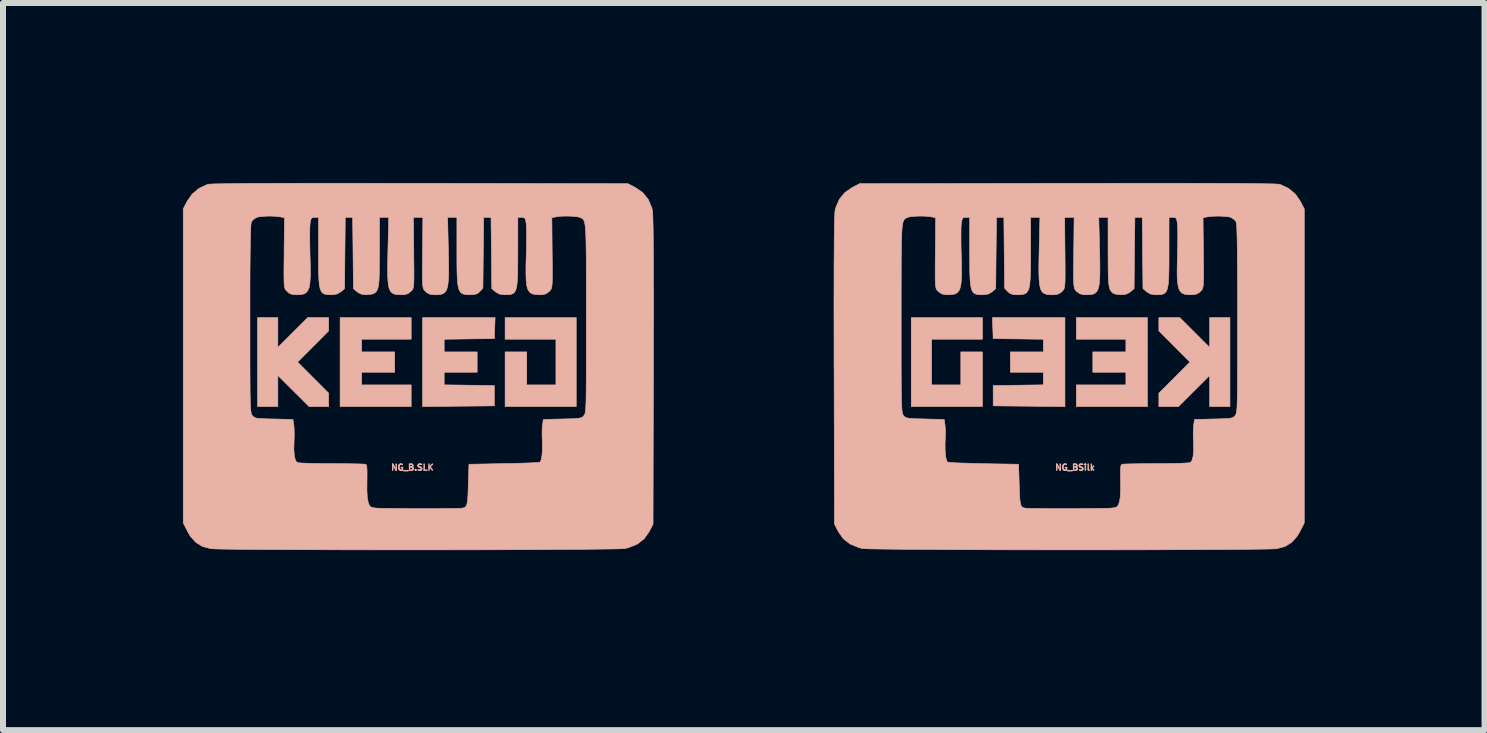
<source format=kicad_pcb>
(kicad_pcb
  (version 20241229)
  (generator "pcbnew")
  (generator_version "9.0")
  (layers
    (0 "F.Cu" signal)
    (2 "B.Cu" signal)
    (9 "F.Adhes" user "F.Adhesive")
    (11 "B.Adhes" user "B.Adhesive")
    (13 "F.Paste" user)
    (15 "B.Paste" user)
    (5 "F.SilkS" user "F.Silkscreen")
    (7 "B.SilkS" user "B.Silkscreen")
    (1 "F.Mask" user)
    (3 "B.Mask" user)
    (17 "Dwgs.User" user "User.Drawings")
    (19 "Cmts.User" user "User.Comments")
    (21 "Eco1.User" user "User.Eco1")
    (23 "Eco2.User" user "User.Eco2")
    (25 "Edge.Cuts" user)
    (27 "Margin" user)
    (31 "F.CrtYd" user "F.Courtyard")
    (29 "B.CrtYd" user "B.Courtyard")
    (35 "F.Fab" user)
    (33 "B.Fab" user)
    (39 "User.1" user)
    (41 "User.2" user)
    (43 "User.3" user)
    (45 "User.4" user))
  (footprint "NG_B.SLK"
    (layer "F.Cu")
    (at 3.826 2.838)
    (property "Reference" "NG_B.SLK" (at 0 1.905 0) (layer "B.SilkS") (effects (font (size 0.1 0.1) (thickness 0.025))))
    (attr board_only exclude_from_pos_files exclude_from_bom)
    (fp_poly (pts (xy 2.731 0.889) (xy 1.545 0.889) (xy 1.545 -0.021) (xy 1.905 -0.021) (xy 1.905 0.529) (xy 2.392 0.529) (xy 2.392 -0.233) (xy 1.545 -0.233) (xy 1.545 -0.593) (xy 2.731 -0.593) (xy 2.731 0.889)) (stroke (width 0.01) (type solid)) (fill yes) (layer "B.SilkS"))
    (fp_poly (pts (xy -0.021 -0.233) (xy -0.847 -0.233) (xy -0.847 -0.021) (xy -0.296 -0.021) (xy -0.296 0.318) (xy -0.847 0.318) (xy -0.847 0.529) (xy -0.021 0.529) (xy -0.021 0.889) (xy -1.206 0.889) (xy -1.206 -0.593) (xy -0.021 -0.593) (xy -0.021 -0.233)) (stroke (width 0.01) (type solid)) (fill yes) (layer "B.SilkS"))
    (fp_poly (pts (xy -2.244 -0.096) (xy -1.746 -0.593) (xy -1.397 -0.593) (xy -1.397 -0.371) (xy -1.656 -0.111) (xy -1.915 0.148) (xy -1.397 0.667) (xy -1.397 0.889) (xy -1.724 0.889) (xy -2.244 0.371) (xy -2.244 0.889) (xy -2.582 0.889) (xy -2.582 -0.593) (xy -2.244 -0.593) (xy -2.244 -0.096)) (stroke (width 0.01) (type solid)) (fill yes) (layer "B.SilkS"))
    (fp_poly (pts (xy 1.365 -0.243) (xy 0.947 -0.238) (xy 0.529 -0.232) (xy 0.529 -0.021) (xy 1.079 -0.021) (xy 1.079 0.318) (xy 0.529 0.318) (xy 0.529 0.528) (xy 0.947 0.534) (xy 1.365 0.54) (xy 1.365 0.878) (xy 0.169 0.89) (xy 0.169 -0.593) (xy 1.378 -0.593) (xy 1.365 -0.243)) (stroke (width 0.01) (type solid)) (fill yes) (layer "B.SilkS"))
    (fp_poly (pts (xy -0.889 -2.833) (xy -0.417 -2.832) (xy 0.097 -2.832) (xy 0.133 -2.832) (xy 3.591 -2.826) (xy 3.716 -2.762) (xy 3.839 -2.677) (xy 3.931 -2.563) (xy 3.99 -2.424) (xy 4 -2.384) (xy 4.004 -2.35) (xy 4.007 -2.287) (xy 4.01 -2.193) (xy 4.013 -2.069) (xy 4.015 -1.912) (xy 4.016 -1.721) (xy 4.018 -1.495) (xy 4.018 -1.232) (xy 4.019 -0.933) (xy 4.019 -0.595) (xy 4.018 -0.217) (xy 4.018 0.201) (xy 4.017 0.29) (xy 4.011 2.85) (xy 3.947 2.975) (xy 3.864 3.093) (xy 3.75 3.182) (xy 3.605 3.241) (xy 3.543 3.257) (xy 3.508 3.259) (xy 3.434 3.262) (xy 3.323 3.264) (xy 3.178 3.266) (xy 3.002 3.268) (xy 2.798 3.27) (xy 2.568 3.272) (xy 2.315 3.273) (xy 2.043 3.275) (xy 1.753 3.276) (xy 1.448 3.277) (xy 1.132 3.278) (xy 0.808 3.278) (xy 0.477 3.279) (xy 0.143 3.279) (xy -0.192 3.279) (xy -0.524 3.279) (xy -0.851 3.278) (xy -1.17 3.278) (xy -1.478 3.277) (xy -1.773 3.276) (xy -2.052 3.275) (xy -2.311 3.274) (xy -2.548 3.273) (xy -2.761 3.271) (xy -2.947 3.269) (xy -3.102 3.267) (xy -3.224 3.265) (xy -3.31 3.262) (xy -3.357 3.26) (xy -3.362 3.259) (xy -3.499 3.223) (xy -3.611 3.154) (xy -3.702 3.052) (xy -3.747 2.975) (xy -3.821 2.83) (xy -3.821 -0.573) (xy -2.709 -0.573) (xy -2.709 -0.278) (xy -2.709 -0.023) (xy -2.709 0.196) (xy -2.708 0.382) (xy -2.707 0.536) (xy -2.706 0.663) (xy -2.704 0.766) (xy -2.702 0.846) (xy -2.699 0.908) (xy -2.695 0.954) (xy -2.69 0.987) (xy -2.685 1.01) (xy -2.679 1.025) (xy -2.672 1.037) (xy -2.669 1.04) (xy -2.651 1.059) (xy -2.63 1.073) (xy -2.598 1.083) (xy -2.548 1.089) (xy -2.472 1.093) (xy -2.365 1.096) (xy -2.31 1.097) (xy -1.992 1.105) (xy -1.977 1.201) (xy -1.972 1.269) (xy -1.97 1.361) (xy -1.973 1.459) (xy -1.974 1.474) (xy -1.977 1.611) (xy -1.968 1.718) (xy -1.948 1.791) (xy -1.922 1.823) (xy -1.894 1.828) (xy -1.83 1.832) (xy -1.735 1.836) (xy -1.616 1.839) (xy -1.478 1.841) (xy -1.351 1.841) (xy -1.203 1.842) (xy -1.067 1.843) (xy -0.951 1.845) (xy -0.861 1.847) (xy -0.801 1.85) (xy -0.78 1.852) (xy -0.768 1.866) (xy -0.76 1.902) (xy -0.757 1.964) (xy -0.757 2.06) (xy -0.758 2.133) (xy -0.759 2.287) (xy -0.753 2.402) (xy -0.739 2.48) (xy -0.737 2.487) (xy -0.718 2.538) (xy -0.694 2.564) (xy -0.651 2.577) (xy -0.603 2.583) (xy -0.561 2.585) (xy -0.483 2.587) (xy -0.376 2.588) (xy -0.247 2.589) (xy -0.102 2.59) (xy 0.051 2.591) (xy 0.208 2.591) (xy 0.36 2.591) (xy 0.501 2.59) (xy 0.624 2.589) (xy 0.723 2.588) (xy 0.791 2.586) (xy 0.815 2.585) (xy 0.852 2.58) (xy 0.88 2.568) (xy 0.899 2.544) (xy 0.912 2.5) (xy 0.921 2.432) (xy 0.927 2.334) (xy 0.931 2.199) (xy 0.931 2.197) (xy 0.942 1.852) (xy 1.528 1.841) (xy 1.681 1.838) (xy 1.821 1.834) (xy 1.94 1.83) (xy 2.035 1.825) (xy 2.1 1.821) (xy 2.128 1.816) (xy 2.128 1.816) (xy 2.147 1.776) (xy 2.16 1.704) (xy 2.167 1.61) (xy 2.167 1.504) (xy 2.165 1.46) (xy 2.161 1.365) (xy 2.162 1.272) (xy 2.168 1.201) (xy 2.168 1.201) (xy 2.182 1.105) (xy 2.501 1.097) (xy 2.623 1.094) (xy 2.711 1.091) (xy 2.77 1.085) (xy 2.809 1.077) (xy 2.834 1.066) (xy 2.852 1.049) (xy 2.859 1.04) (xy 2.867 1.029) (xy 2.874 1.016) (xy 2.879 0.996) (xy 2.884 0.967) (xy 2.888 0.926) (xy 2.891 0.87) (xy 2.894 0.797) (xy 2.896 0.702) (xy 2.897 0.585) (xy 2.898 0.44) (xy 2.899 0.266) (xy 2.899 0.06) (xy 2.899 -0.181) (xy 2.899 -0.461) (xy 2.899 -0.59) (xy 2.899 -0.89) (xy 2.899 -1.15) (xy 2.898 -1.374) (xy 2.898 -1.564) (xy 2.896 -1.724) (xy 2.894 -1.855) (xy 2.891 -1.962) (xy 2.887 -2.046) (xy 2.881 -2.111) (xy 2.874 -2.159) (xy 2.866 -2.194) (xy 2.855 -2.218) (xy 2.843 -2.235) (xy 2.829 -2.246) (xy 2.812 -2.255) (xy 2.801 -2.261) (xy 2.754 -2.274) (xy 2.678 -2.282) (xy 2.587 -2.286) (xy 2.494 -2.284) (xy 2.413 -2.276) (xy 2.392 -2.272) (xy 2.324 -2.259) (xy 2.329 -1.727) (xy 2.331 -1.546) (xy 2.332 -1.402) (xy 2.332 -1.291) (xy 2.331 -1.207) (xy 2.328 -1.147) (xy 2.323 -1.105) (xy 2.316 -1.077) (xy 2.306 -1.058) (xy 2.293 -1.042) (xy 2.276 -1.026) (xy 2.227 -0.99) (xy 2.166 -0.975) (xy 2.127 -0.974) (xy 2.056 -0.977) (xy 2 -0.988) (xy 1.958 -1.013) (xy 1.927 -1.056) (xy 1.907 -1.12) (xy 1.896 -1.211) (xy 1.892 -1.332) (xy 1.893 -1.488) (xy 1.897 -1.615) (xy 1.901 -1.756) (xy 1.902 -1.888) (xy 1.902 -2.005) (xy 1.901 -2.097) (xy 1.897 -2.157) (xy 1.896 -2.165) (xy 1.885 -2.225) (xy 1.869 -2.255) (xy 1.841 -2.264) (xy 1.819 -2.265) (xy 1.757 -2.265) (xy 1.757 -1.692) (xy 1.756 -1.499) (xy 1.755 -1.344) (xy 1.75 -1.223) (xy 1.741 -1.132) (xy 1.727 -1.066) (xy 1.706 -1.021) (xy 1.677 -0.994) (xy 1.638 -0.98) (xy 1.589 -0.975) (xy 1.534 -0.974) (xy 1.45 -0.985) (xy 1.384 -1.023) (xy 1.382 -1.025) (xy 1.323 -1.076) (xy 1.317 -1.67) (xy 1.31 -2.265) (xy 1.187 -2.265) (xy 1.181 -1.674) (xy 1.175 -1.083) (xy 1.123 -1.028) (xy 1.083 -0.994) (xy 1.034 -0.978) (xy 0.965 -0.974) (xy 0.904 -0.976) (xy 0.856 -0.983) (xy 0.818 -1) (xy 0.79 -1.031) (xy 0.769 -1.08) (xy 0.756 -1.152) (xy 0.747 -1.25) (xy 0.743 -1.378) (xy 0.741 -1.542) (xy 0.741 -1.692) (xy 0.741 -2.265) (xy 0.586 -2.265) (xy 0.599 -1.711) (xy 0.603 -1.515) (xy 0.604 -1.357) (xy 0.6 -1.233) (xy 0.591 -1.139) (xy 0.575 -1.071) (xy 0.551 -1.025) (xy 0.517 -0.996) (xy 0.473 -0.98) (xy 0.417 -0.974) (xy 0.371 -0.974) (xy 0.296 -0.981) (xy 0.244 -1.006) (xy 0.221 -1.026) (xy 0.205 -1.042) (xy 0.192 -1.058) (xy 0.182 -1.078) (xy 0.175 -1.107) (xy 0.17 -1.15) (xy 0.167 -1.211) (xy 0.166 -1.295) (xy 0.166 -1.408) (xy 0.167 -1.553) (xy 0.169 -1.735) (xy 0.169 -1.741) (xy 0.174 -2.265) (xy 0.016 -2.265) (xy 0.022 -1.73) (xy 0.023 -1.548) (xy 0.025 -1.404) (xy 0.025 -1.292) (xy 0.024 -1.209) (xy 0.021 -1.148) (xy 0.016 -1.106) (xy 0.009 -1.077) (xy -0.001 -1.058) (xy -0.014 -1.042) (xy -0.03 -1.026) (xy -0.031 -1.026) (xy -0.08 -0.99) (xy -0.141 -0.975) (xy -0.18 -0.974) (xy -0.246 -0.976) (xy -0.298 -0.984) (xy -0.339 -1.004) (xy -0.37 -1.038) (xy -0.391 -1.091) (xy -0.405 -1.168) (xy -0.412 -1.271) (xy -0.414 -1.406) (xy -0.412 -1.576) (xy -0.409 -1.712) (xy -0.395 -2.265) (xy -0.55 -2.265) (xy -0.55 -1.692) (xy -0.551 -1.511) (xy -0.552 -1.368) (xy -0.555 -1.257) (xy -0.56 -1.173) (xy -0.569 -1.112) (xy -0.58 -1.069) (xy -0.596 -1.038) (xy -0.616 -1.015) (xy -0.633 -1.001) (xy -0.674 -0.985) (xy -0.737 -0.976) (xy -0.766 -0.974) (xy -0.846 -0.982) (xy -0.906 -1.01) (xy -0.925 -1.025) (xy -0.984 -1.076) (xy -0.99 -1.67) (xy -0.997 -2.265) (xy -1.12 -2.265) (xy -1.126 -1.67) (xy -1.132 -1.076) (xy -1.192 -1.025) (xy -1.258 -0.986) (xy -1.34 -0.974) (xy -1.344 -0.974) (xy -1.403 -0.975) (xy -1.451 -0.981) (xy -1.489 -0.996) (xy -1.517 -1.025) (xy -1.538 -1.071) (xy -1.552 -1.139) (xy -1.56 -1.233) (xy -1.564 -1.357) (xy -1.566 -1.515) (xy -1.566 -1.692) (xy -1.566 -2.265) (xy -1.629 -2.265) (xy -1.667 -2.261) (xy -1.688 -2.244) (xy -1.7 -2.2) (xy -1.706 -2.164) (xy -1.71 -2.113) (xy -1.712 -2.027) (xy -1.712 -1.915) (xy -1.711 -1.785) (xy -1.708 -1.646) (xy -1.707 -1.614) (xy -1.702 -1.432) (xy -1.702 -1.288) (xy -1.709 -1.177) (xy -1.723 -1.096) (xy -1.746 -1.04) (xy -1.78 -1.003) (xy -1.826 -0.983) (xy -1.886 -0.975) (xy -1.936 -0.974) (xy -2.011 -0.981) (xy -2.063 -1.006) (xy -2.086 -1.026) (xy -2.103 -1.043) (xy -2.116 -1.059) (xy -2.126 -1.079) (xy -2.134 -1.109) (xy -2.138 -1.153) (xy -2.141 -1.215) (xy -2.142 -1.3) (xy -2.142 -1.415) (xy -2.14 -1.562) (xy -2.139 -1.727) (xy -2.133 -2.259) (xy -2.201 -2.272) (xy -2.283 -2.282) (xy -2.382 -2.286) (xy -2.48 -2.282) (xy -2.562 -2.273) (xy -2.597 -2.264) (xy -2.651 -2.231) (xy -2.685 -2.189) (xy -2.69 -2.164) (xy -2.695 -2.11) (xy -2.698 -2.027) (xy -2.702 -1.913) (xy -2.704 -1.766) (xy -2.706 -1.584) (xy -2.708 -1.367) (xy -2.709 -1.111) (xy -2.709 -0.815) (xy -2.709 -0.573) (xy -3.821 -0.573) (xy -3.821 -2.405) (xy -3.757 -2.531) (xy -3.672 -2.652) (xy -3.558 -2.748) (xy -3.425 -2.81) (xy -3.407 -2.815) (xy -3.375 -2.819) (xy -3.305 -2.822) (xy -3.196 -2.824) (xy -3.048 -2.826) (xy -2.86 -2.828) (xy -2.633 -2.83) (xy -2.366 -2.831) (xy -2.058 -2.832) (xy -1.71 -2.833) (xy -1.32 -2.833) (xy -0.889 -2.833)) (stroke (width 0.01) (type solid)) (fill yes) (layer "B.SilkS")))
  (footprint "NG_BSilk"
    (layer "F.Cu")
    (at 14.873 2.203)
    (property "Reference" "NG_BSilk" (at 0 2.54 0) (layer "B.SilkS") (effects (font (size 0.1 0.1) (thickness 0.025))))
    (attr through_hole)
    (fp_poly (pts (xy -2.731 1.524) (xy -1.545 1.524) (xy -1.545 0.614) (xy -1.905 0.614) (xy -1.905 1.164) (xy -2.392 1.164) (xy -2.392 0.402) (xy -1.545 0.402) (xy -1.545 0.042) (xy -2.731 0.042) (xy -2.731 1.524)) (stroke (width 0.01) (type solid)) (fill yes) (layer "B.SilkS"))
    (fp_poly (pts (xy 0.021 0.402) (xy 0.847 0.402) (xy 0.847 0.614) (xy 0.296 0.614) (xy 0.296 0.953) (xy 0.847 0.953) (xy 0.847 1.164) (xy 0.021 1.164) (xy 0.021 1.524) (xy 1.206 1.524) (xy 1.206 0.042) (xy 0.021 0.042) (xy 0.021 0.402)) (stroke (width 0.01) (type solid)) (fill yes) (layer "B.SilkS"))
    (fp_poly (pts (xy -1.365 0.392) (xy -0.947 0.397) (xy -0.529 0.403) (xy -0.529 0.614) (xy -1.079 0.614) (xy -1.079 0.953) (xy -0.529 0.953) (xy -0.529 1.163) (xy -0.947 1.169) (xy -1.365 1.175) (xy -1.365 1.513) (xy -0.169 1.525) (xy -0.169 0.042) (xy -1.378 0.042) (xy -1.365 0.392)) (stroke (width 0.01) (type solid)) (fill yes) (layer "B.SilkS"))
    (fp_poly (pts (xy 2.244 0.539) (xy 1.746 0.042) (xy 1.397 0.042) (xy 1.397 0.264) (xy 1.656 0.524) (xy 1.915 0.783) (xy 1.397 1.302) (xy 1.397 1.524) (xy 1.724 1.524) (xy 2.244 1.006) (xy 2.244 1.524) (xy 2.582 1.524) (xy 2.582 0.042) (xy 2.244 0.042) (xy 2.244 0.539)) (stroke (width 0.01) (type solid)) (fill yes) (layer "B.SilkS"))
    (fp_poly (pts (xy 0.889 -2.198) (xy 0.417 -2.197) (xy -0.097 -2.197) (xy -0.133 -2.197) (xy -3.591 -2.191) (xy -3.716 -2.127) (xy -3.839 -2.042) (xy -3.931 -1.928) (xy -3.99 -1.789) (xy -4 -1.749) (xy -4.004 -1.715) (xy -4.007 -1.652) (xy -4.01 -1.558) (xy -4.013 -1.434) (xy -4.015 -1.277) (xy -4.016 -1.086) (xy -4.018 -0.86) (xy -4.018 -0.597) (xy -4.019 -0.298) (xy -4.019 0.04) (xy -4.018 0.418) (xy -4.018 0.836) (xy -4.017 0.925) (xy -4.011 3.485) (xy -3.947 3.61) (xy -3.864 3.728) (xy -3.75 3.817) (xy -3.605 3.876) (xy -3.543 3.892) (xy -3.508 3.894) (xy -3.434 3.897) (xy -3.323 3.899) (xy -3.178 3.901) (xy -3.002 3.903) (xy -2.798 3.905) (xy -2.568 3.907) (xy -2.315 3.908) (xy -2.043 3.91) (xy -1.753 3.911) (xy -1.448 3.912) (xy -1.132 3.913) (xy -0.808 3.913) (xy -0.477 3.914) (xy -0.143 3.914) (xy 0.192 3.914) (xy 0.524 3.914) (xy 0.851 3.913) (xy 1.17 3.913) (xy 1.478 3.912) (xy 1.773 3.911) (xy 2.052 3.91) (xy 2.311 3.909) (xy 2.548 3.908) (xy 2.761 3.906) (xy 2.947 3.904) (xy 3.102 3.902) (xy 3.224 3.9) (xy 3.31 3.897) (xy 3.357 3.895) (xy 3.362 3.894) (xy 3.499 3.858) (xy 3.611 3.789) (xy 3.702 3.687) (xy 3.747 3.61) (xy 3.821 3.465) (xy 3.821 0.062) (xy 2.709 0.062) (xy 2.709 0.357) (xy 2.709 0.612) (xy 2.709 0.831) (xy 2.708 1.017) (xy 2.707 1.171) (xy 2.706 1.298) (xy 2.704 1.401) (xy 2.702 1.481) (xy 2.699 1.543) (xy 2.695 1.589) (xy 2.69 1.622) (xy 2.685 1.645) (xy 2.679 1.66) (xy 2.672 1.672) (xy 2.669 1.675) (xy 2.651 1.694) (xy 2.63 1.708) (xy 2.598 1.718) (xy 2.548 1.724) (xy 2.472 1.728) (xy 2.365 1.731) (xy 2.31 1.732) (xy 1.992 1.74) (xy 1.977 1.836) (xy 1.972 1.904) (xy 1.97 1.996) (xy 1.973 2.094) (xy 1.974 2.109) (xy 1.977 2.246) (xy 1.968 2.353) (xy 1.948 2.426) (xy 1.922 2.458) (xy 1.894 2.463) (xy 1.83 2.467) (xy 1.735 2.471) (xy 1.616 2.474) (xy 1.478 2.476) (xy 1.351 2.476) (xy 1.203 2.477) (xy 1.067 2.478) (xy 0.951 2.48) (xy 0.861 2.482) (xy 0.801 2.485) (xy 0.78 2.487) (xy 0.768 2.501) (xy 0.76 2.537) (xy 0.757 2.599) (xy 0.757 2.695) (xy 0.758 2.768) (xy 0.759 2.922) (xy 0.753 3.037) (xy 0.739 3.115) (xy 0.737 3.122) (xy 0.718 3.173) (xy 0.694 3.199) (xy 0.651 3.212) (xy 0.603 3.218) (xy 0.561 3.22) (xy 0.483 3.222) (xy 0.376 3.223) (xy 0.247 3.224) (xy 0.102 3.225) (xy -0.051 3.226) (xy -0.208 3.226) (xy -0.36 3.226) (xy -0.501 3.225) (xy -0.624 3.224) (xy -0.723 3.223) (xy -0.791 3.221) (xy -0.815 3.22) (xy -0.852 3.215) (xy -0.88 3.203) (xy -0.899 3.179) (xy -0.912 3.135) (xy -0.921 3.067) (xy -0.927 2.969) (xy -0.931 2.834) (xy -0.931 2.832) (xy -0.942 2.487) (xy -1.528 2.477) (xy -1.681 2.473) (xy -1.821 2.469) (xy -1.94 2.465) (xy -2.035 2.46) (xy -2.1 2.456) (xy -2.128 2.451) (xy -2.128 2.451) (xy -2.147 2.411) (xy -2.16 2.339) (xy -2.167 2.245) (xy -2.167 2.139) (xy -2.165 2.095) (xy -2.161 2) (xy -2.162 1.907) (xy -2.168 1.836) (xy -2.168 1.836) (xy -2.182 1.74) (xy -2.501 1.732) (xy -2.623 1.729) (xy -2.711 1.726) (xy -2.77 1.72) (xy -2.809 1.712) (xy -2.834 1.701) (xy -2.852 1.684) (xy -2.859 1.675) (xy -2.867 1.664) (xy -2.874 1.651) (xy -2.879 1.631) (xy -2.884 1.602) (xy -2.888 1.561) (xy -2.891 1.505) (xy -2.894 1.432) (xy -2.896 1.337) (xy -2.897 1.22) (xy -2.898 1.075) (xy -2.899 0.901) (xy -2.899 0.695) (xy -2.899 0.454) (xy -2.899 0.174) (xy -2.899 0.045) (xy -2.899 -0.255) (xy -2.899 -0.515) (xy -2.898 -0.739) (xy -2.898 -0.929) (xy -2.896 -1.089) (xy -2.894 -1.22) (xy -2.891 -1.327) (xy -2.887 -1.411) (xy -2.881 -1.476) (xy -2.874 -1.524) (xy -2.866 -1.559) (xy -2.855 -1.583) (xy -2.843 -1.6) (xy -2.829 -1.611) (xy -2.812 -1.62) (xy -2.801 -1.626) (xy -2.754 -1.639) (xy -2.678 -1.647) (xy -2.587 -1.651) (xy -2.494 -1.649) (xy -2.413 -1.641) (xy -2.392 -1.637) (xy -2.324 -1.624) (xy -2.329 -1.092) (xy -2.331 -0.911) (xy -2.332 -0.767) (xy -2.332 -0.656) (xy -2.331 -0.572) (xy -2.328 -0.512) (xy -2.323 -0.47) (xy -2.316 -0.442) (xy -2.306 -0.423) (xy -2.293 -0.407) (xy -2.276 -0.391) (xy -2.227 -0.355) (xy -2.166 -0.34) (xy -2.127 -0.339) (xy -2.056 -0.342) (xy -2 -0.353) (xy -1.958 -0.378) (xy -1.927 -0.421) (xy -1.907 -0.485) (xy -1.896 -0.576) (xy -1.892 -0.697) (xy -1.893 -0.853) (xy -1.897 -0.98) (xy -1.901 -1.121) (xy -1.902 -1.253) (xy -1.902 -1.37) (xy -1.901 -1.462) (xy -1.897 -1.522) (xy -1.896 -1.53) (xy -1.885 -1.59) (xy -1.869 -1.62) (xy -1.841 -1.629) (xy -1.819 -1.63) (xy -1.757 -1.63) (xy -1.757 -1.057) (xy -1.756 -0.864) (xy -1.755 -0.709) (xy -1.75 -0.588) (xy -1.741 -0.497) (xy -1.727 -0.431) (xy -1.706 -0.386) (xy -1.677 -0.359) (xy -1.638 -0.345) (xy -1.589 -0.34) (xy -1.534 -0.339) (xy -1.45 -0.35) (xy -1.384 -0.388) (xy -1.382 -0.39) (xy -1.323 -0.441) (xy -1.317 -1.035) (xy -1.31 -1.63) (xy -1.187 -1.63) (xy -1.181 -1.039) (xy -1.175 -0.448) (xy -1.123 -0.393) (xy -1.083 -0.359) (xy -1.034 -0.343) (xy -0.965 -0.339) (xy -0.904 -0.341) (xy -0.856 -0.348) (xy -0.818 -0.365) (xy -0.79 -0.396) (xy -0.769 -0.445) (xy -0.756 -0.517) (xy -0.747 -0.615) (xy -0.743 -0.743) (xy -0.741 -0.907) (xy -0.741 -1.057) (xy -0.741 -1.63) (xy -0.586 -1.63) (xy -0.599 -1.076) (xy -0.603 -0.88) (xy -0.604 -0.722) (xy -0.6 -0.598) (xy -0.591 -0.504) (xy -0.575 -0.436) (xy -0.551 -0.39) (xy -0.517 -0.361) (xy -0.473 -0.345) (xy -0.417 -0.339) (xy -0.371 -0.339) (xy -0.296 -0.346) (xy -0.244 -0.371) (xy -0.221 -0.391) (xy -0.205 -0.407) (xy -0.192 -0.423) (xy -0.182 -0.443) (xy -0.175 -0.472) (xy -0.17 -0.515) (xy -0.167 -0.576) (xy -0.166 -0.66) (xy -0.166 -0.773) (xy -0.167 -0.918) (xy -0.169 -1.1) (xy -0.169 -1.106) (xy -0.174 -1.63) (xy -0.016 -1.63) (xy -0.022 -1.095) (xy -0.023 -0.913) (xy -0.025 -0.769) (xy -0.025 -0.657) (xy -0.024 -0.574) (xy -0.021 -0.513) (xy -0.016 -0.471) (xy -0.009 -0.442) (xy 0.001 -0.423) (xy 0.014 -0.407) (xy 0.03 -0.391) (xy 0.031 -0.391) (xy 0.08 -0.355) (xy 0.141 -0.34) (xy 0.18 -0.339) (xy 0.246 -0.341) (xy 0.298 -0.349) (xy 0.339 -0.369) (xy 0.37 -0.403) (xy 0.391 -0.456) (xy 0.405 -0.533) (xy 0.412 -0.636) (xy 0.414 -0.771) (xy 0.412 -0.941) (xy 0.409 -1.077) (xy 0.395 -1.63) (xy 0.55 -1.63) (xy 0.55 -1.057) (xy 0.551 -0.876) (xy 0.552 -0.733) (xy 0.555 -0.622) (xy 0.56 -0.538) (xy 0.569 -0.477) (xy 0.58 -0.434) (xy 0.596 -0.403) (xy 0.616 -0.38) (xy 0.633 -0.366) (xy 0.674 -0.35) (xy 0.737 -0.341) (xy 0.766 -0.339) (xy 0.846 -0.347) (xy 0.906 -0.375) (xy 0.925 -0.39) (xy 0.984 -0.441) (xy 0.99 -1.035) (xy 0.997 -1.63) (xy 1.12 -1.63) (xy 1.126 -1.035) (xy 1.132 -0.441) (xy 1.192 -0.39) (xy 1.258 -0.351) (xy 1.34 -0.339) (xy 1.344 -0.339) (xy 1.403 -0.34) (xy 1.451 -0.346) (xy 1.489 -0.361) (xy 1.517 -0.39) (xy 1.538 -0.436) (xy 1.552 -0.504) (xy 1.56 -0.598) (xy 1.564 -0.722) (xy 1.566 -0.88) (xy 1.566 -1.057) (xy 1.566 -1.63) (xy 1.629 -1.63) (xy 1.667 -1.626) (xy 1.688 -1.609) (xy 1.7 -1.565) (xy 1.706 -1.529) (xy 1.71 -1.478) (xy 1.712 -1.392) (xy 1.712 -1.28) (xy 1.711 -1.15) (xy 1.708 -1.011) (xy 1.707 -0.979) (xy 1.702 -0.797) (xy 1.702 -0.653) (xy 1.709 -0.542) (xy 1.723 -0.461) (xy 1.746 -0.405) (xy 1.78 -0.368) (xy 1.826 -0.348) (xy 1.886 -0.34) (xy 1.936 -0.339) (xy 2.011 -0.346) (xy 2.063 -0.371) (xy 2.086 -0.391) (xy 2.103 -0.408) (xy 2.116 -0.424) (xy 2.126 -0.444) (xy 2.134 -0.474) (xy 2.138 -0.518) (xy 2.141 -0.58) (xy 2.142 -0.665) (xy 2.142 -0.78) (xy 2.14 -0.927) (xy 2.139 -1.092) (xy 2.133 -1.624) (xy 2.201 -1.637) (xy 2.283 -1.647) (xy 2.382 -1.651) (xy 2.48 -1.647) (xy 2.562 -1.638) (xy 2.597 -1.629) (xy 2.651 -1.596) (xy 2.685 -1.554) (xy 2.69 -1.529) (xy 2.695 -1.475) (xy 2.698 -1.392) (xy 2.702 -1.278) (xy 2.704 -1.131) (xy 2.706 -0.949) (xy 2.708 -0.732) (xy 2.709 -0.476) (xy 2.709 -0.18) (xy 2.709 0.062) (xy 3.821 0.062) (xy 3.821 -1.77) (xy 3.757 -1.896) (xy 3.672 -2.017) (xy 3.558 -2.113) (xy 3.425 -2.175) (xy 3.407 -2.18) (xy 3.375 -2.184) (xy 3.305 -2.187) (xy 3.196 -2.189) (xy 3.048 -2.191) (xy 2.86 -2.193) (xy 2.633 -2.195) (xy 2.366 -2.196) (xy 2.058 -2.197) (xy 1.71 -2.198) (xy 1.32 -2.198) (xy 0.889 -2.198)) (stroke (width 0.01) (type solid)) (fill yes) (layer "B.SilkS")))
  (gr_rect
    (start -3 -3)
    (end 21.699 9.122)
    (stroke (width 0.1) (type default))
    (fill no)
    (layer "Edge.Cuts")))
</source>
